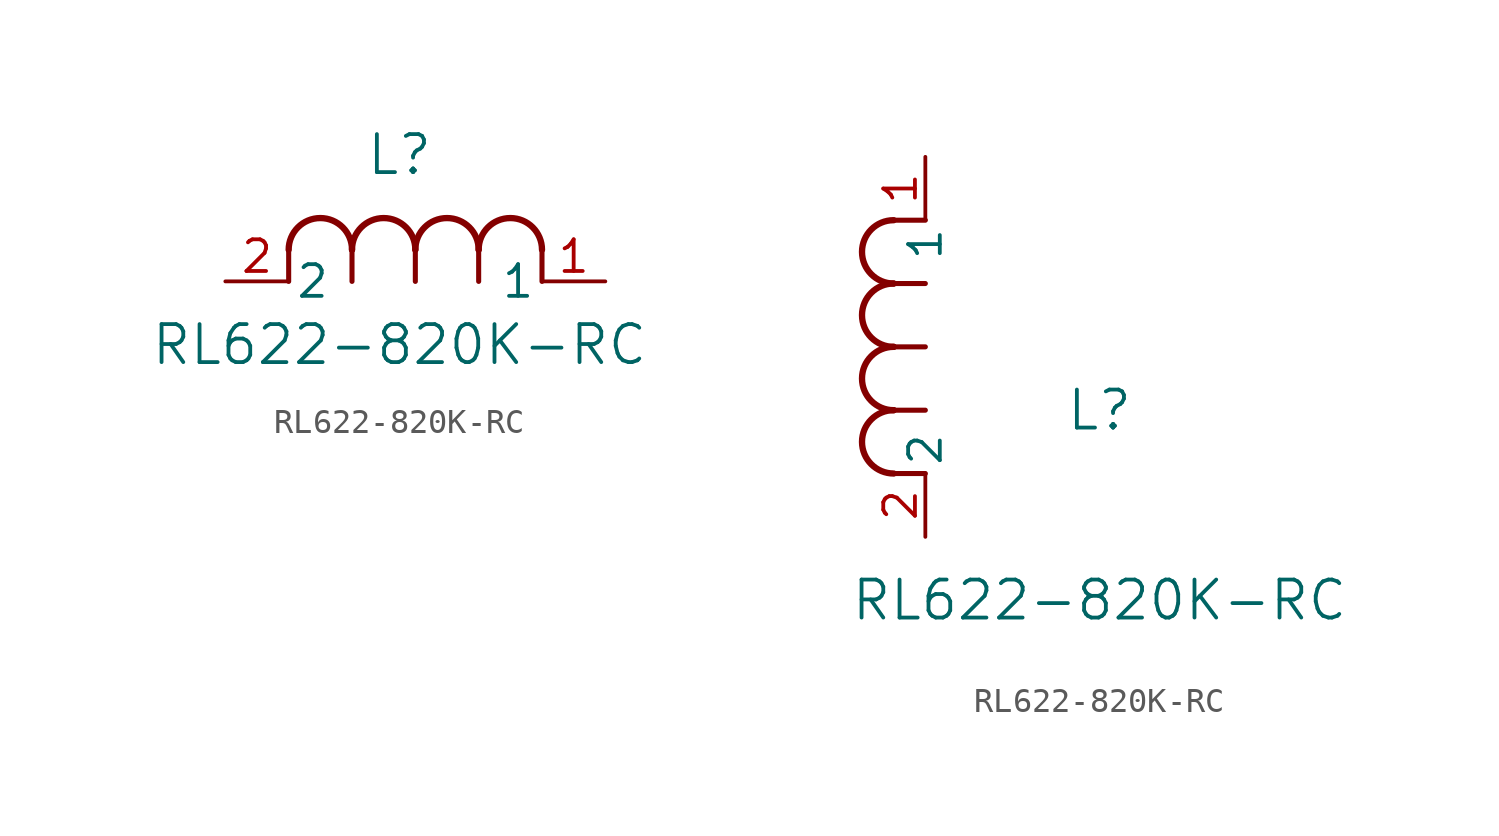
<source format=kicad_sym>
(kicad_symbol_lib
  (version 20211014)
  (generator kicad_symbol_editor)
  (symbol "RL622-820K-RC"
    (pin_names
      (offset 0.254))
    (property "Reference" "L"
      (at 6.985 5.08 0)
      (effects (font (size 1.524 1.524))))
    (property "Value" "RL622-820K-RC"
      (at 6.985 -2.54 0)
      (effects (font (size 1.524 1.524))))
    (symbol "RL622-820K-RC_1_1"
      (arc (start 7.62 1.27) (mid 6.35 2.54) (end 5.08 1.27) (stroke (width 0.254) (type default) (color 0 0 0 0)) (fill (type none)))
      (polyline (pts (xy 5.08 0) (xy 5.08 1.27)) (stroke (width 0.203) (type default) (color 0 0 0 0)) (fill (type none)))
      (polyline (pts (xy 7.62 0) (xy 7.62 1.27)) (stroke (width 0.203) (type default) (color 0 0 0 0)) (fill (type none)))
      (polyline (pts (xy 12.7 0) (xy 12.7 1.27)) (stroke (width 0.203) (type default) (color 0 0 0 0)) (fill (type none)))
      (arc (start 5.08 1.27) (mid 3.81 2.54) (end 2.54 1.27) (stroke (width 0.254) (type default) (color 0 0 0 0)) (fill (type none)))
      (arc (start 10.16 1.27) (mid 8.89 2.54) (end 7.62 1.27) (stroke (width 0.254) (type default) (color 0 0 0 0)) (fill (type none)))
      (arc (start 12.7 1.27) (mid 11.43 2.54) (end 10.16 1.27) (stroke (width 0.254) (type default) (color 0 0 0 0)) (fill (type none)))
      (polyline (pts (xy 2.54 0) (xy 2.54 1.27)) (stroke (width 0.203) (type default) (color 0 0 0 0)) (fill (type none)))
      (polyline (pts (xy 10.16 0) (xy 10.16 1.27)) (stroke (width 0.203) (type default) (color 0 0 0 0)) (fill (type none)))
      (pin unspecified line (at 15.24 0 180) (length 2.54) (name "1" (effects (font (size 1.27 1.27)))) (number "1" (effects (font (size 1.27 1.27)))))
      (pin unspecified line (at 0 0 0) (length 2.54) (name "2" (effects (font (size 1.27 1.27)))) (number "2" (effects (font (size 1.27 1.27))))))
    (symbol "RL622-820K-RC_1_2"
      (arc (start -1.27 7.62) (mid -2.54 6.35) (end -1.27 5.08) (stroke (width 0.254) (type default) (color 0 0 0 0)) (fill (type none)))
      (arc (start -1.27 5.08) (mid -2.54 3.81) (end -1.27 2.54) (stroke (width 0.254) (type default) (color 0 0 0 0)) (fill (type none)))
      (arc (start -1.27 12.7) (mid -2.54 11.43) (end -1.27 10.16) (stroke (width 0.254) (type default) (color 0 0 0 0)) (fill (type none)))
      (arc (start -1.27 10.16) (mid -2.54 8.89) (end -1.27 7.62) (stroke (width 0.254) (type default) (color 0 0 0 0)) (fill (type none)))
      (polyline (pts (xy 0 7.62) (xy -1.27 7.62)) (stroke (width 0.203) (type default) (color 0 0 0 0)) (fill (type none)))
      (polyline (pts (xy 0 5.08) (xy -1.27 5.08)) (stroke (width 0.203) (type default) (color 0 0 0 0)) (fill (type none)))
      (polyline (pts (xy 0 12.7) (xy -1.27 12.7)) (stroke (width 0.203) (type default) (color 0 0 0 0)) (fill (type none)))
      (polyline (pts (xy 0 2.54) (xy -1.27 2.54)) (stroke (width 0.203) (type default) (color 0 0 0 0)) (fill (type none)))
      (polyline (pts (xy 0 10.16) (xy -1.27 10.16)) (stroke (width 0.203) (type default) (color 0 0 0 0)) (fill (type none)))
      (pin unspecified line (at 0 15.24 270) (length 2.54) (name "1" (effects (font (size 1.27 1.27)))) (number "1" (effects (font (size 1.27 1.27)))))
      (pin unspecified line (at 0 0 90) (length 2.54) (name "2" (effects (font (size 1.27 1.27)))) (number "2" (effects (font (size 1.27 1.27))))))))
</source>
